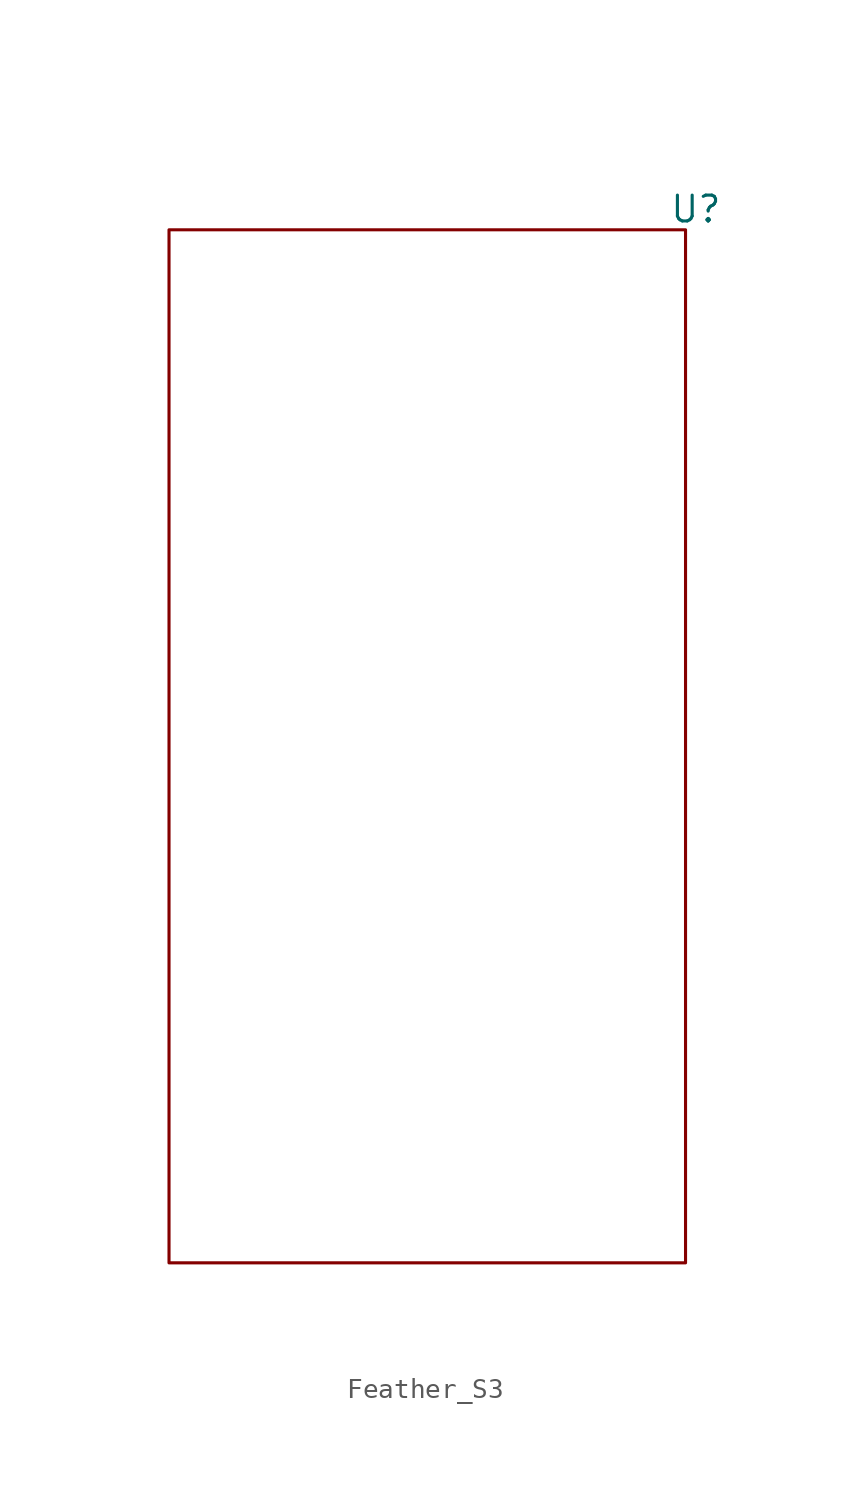
<source format=kicad_sym>
(kicad_symbol_lib
  (version 20231120)
  (generator "kicad_symbol_editor")
  (generator_version "8.0")
  (symbol "Feather_S3"
    (property "Reference" "U"
      (at 27.178 1.016 0)
      (effects (font (size 1.27 1.27))))
    (property "Value" ""
      (at 0 0 0)
      (effects (font (size 1.27 1.27))))
    (symbol "Feather_S3_0_1"
      (rectangle (start 1.27 0) (end 26.67 -50.8) (stroke (width 0) (type default)) (fill (type none))))))
</source>
